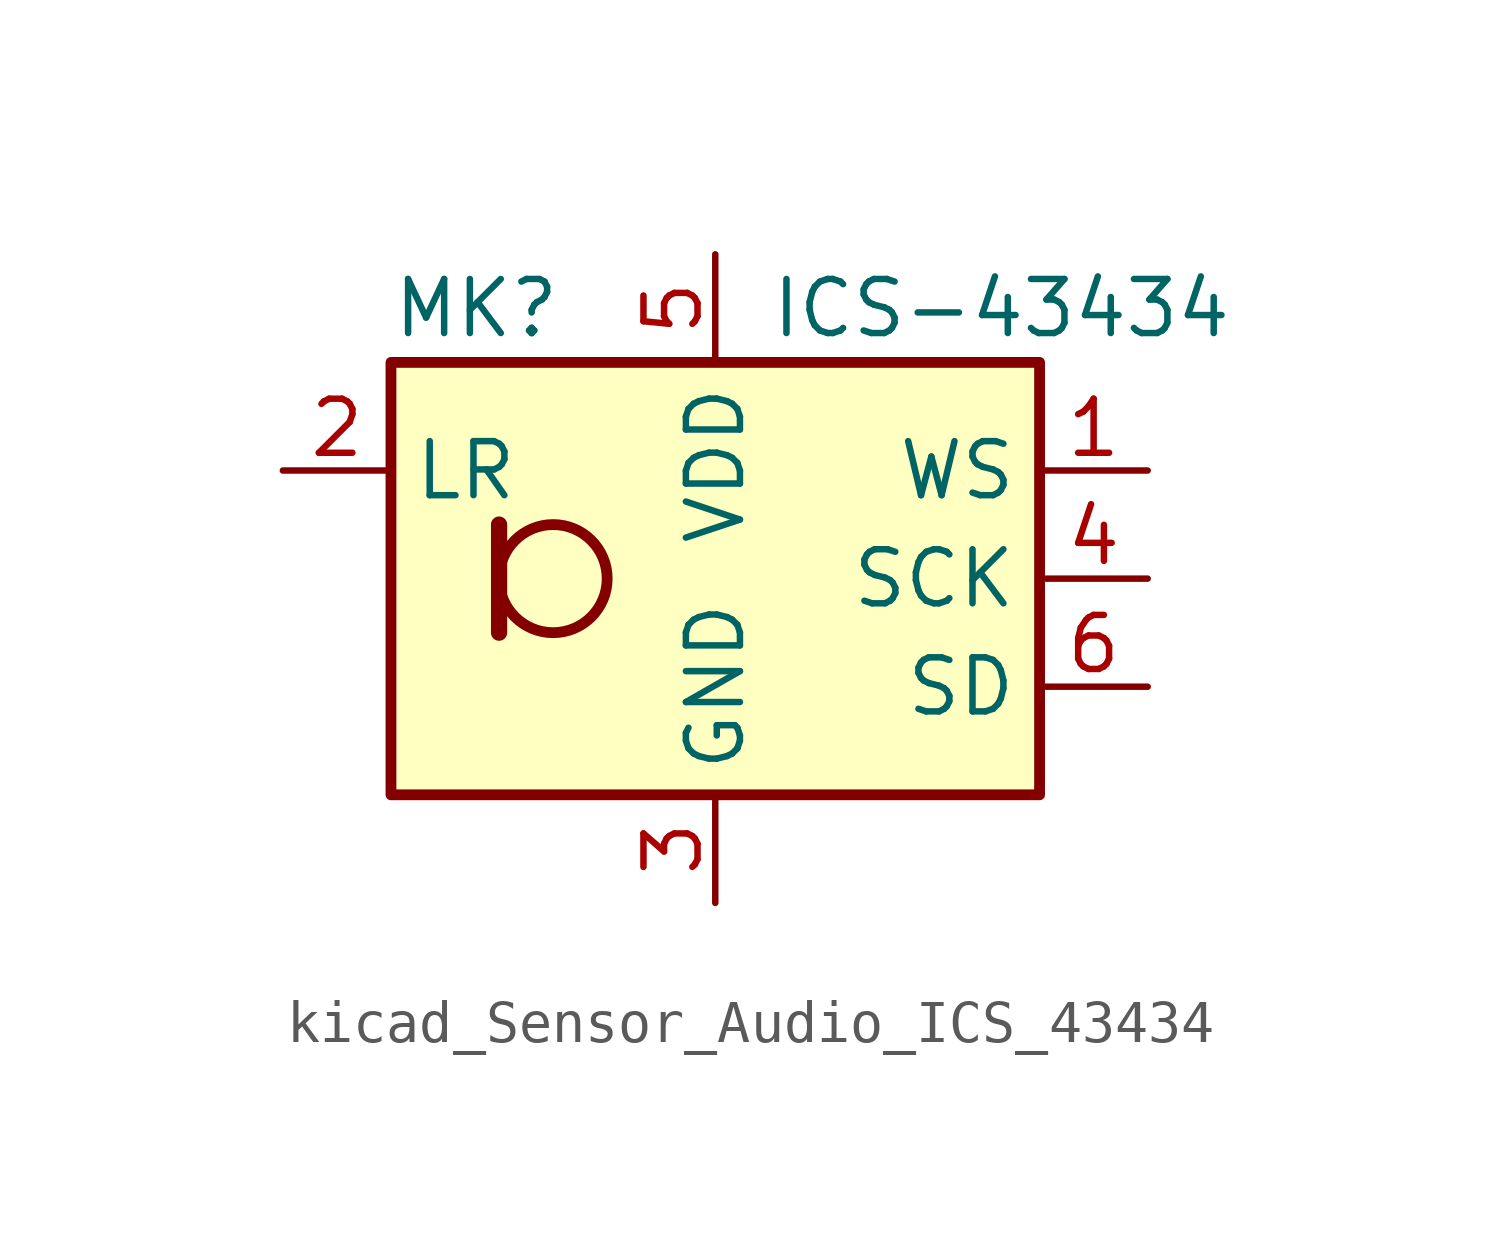
<source format=kicad_sym>
(kicad_symbol_lib
  (version 20220914)
  (generator kicad_symbol_editor)
  (symbol "kicad_Sensor_Audio_ICS_43434"
    (property "Reference" "MK"
      (at -7.62 6.35 0)
      (effects (font (size 1.27 1.27)) (justify left)))
    (property "Value" "ICS-43434"
      (at 1.27 6.35 0)
      (effects (font (size 1.27 1.27)) (justify left)))
    (symbol "kicad_Sensor_Audio_ICS_43434_1_1"
      (rectangle (start -7.62 5.08) (end 7.62 -5.08) (stroke (width 0.254) (type default)) (fill (type background)))
      (circle (center -3.81 0) (radius 1.27) (stroke (width 0.254) (type default)) (fill (type none)))
      (polyline (pts (xy -5.08 1.27) (xy -5.08 -1.27)) (stroke (width 0.381) (type default)) (fill (type none)))
      (pin input line (at 10.16 2.54 180) (length 2.54) (name "WS" (effects (font (size 1.27 1.27)))) (number "1" (effects (font (size 1.27 1.27)))))
      (pin input line (at -10.16 2.54 0) (length 2.54) (name "LR" (effects (font (size 1.27 1.27)))) (number "2" (effects (font (size 1.27 1.27)))))
      (pin power_in line (at 0 -7.62 90) (length 2.54) (name "GND" (effects (font (size 1.27 1.27)))) (number "3" (effects (font (size 1.27 1.27)))))
      (pin input line (at 10.16 0 180) (length 2.54) (name "SCK" (effects (font (size 1.27 1.27)))) (number "4" (effects (font (size 1.27 1.27)))))
      (pin power_in line (at 0 7.62 270) (length 2.54) (name "VDD" (effects (font (size 1.27 1.27)))) (number "5" (effects (font (size 1.27 1.27)))))
      (pin output line (at 10.16 -2.54 180) (length 2.54) (name "SD" (effects (font (size 1.27 1.27)))) (number "6" (effects (font (size 1.27 1.27))))))))
</source>
